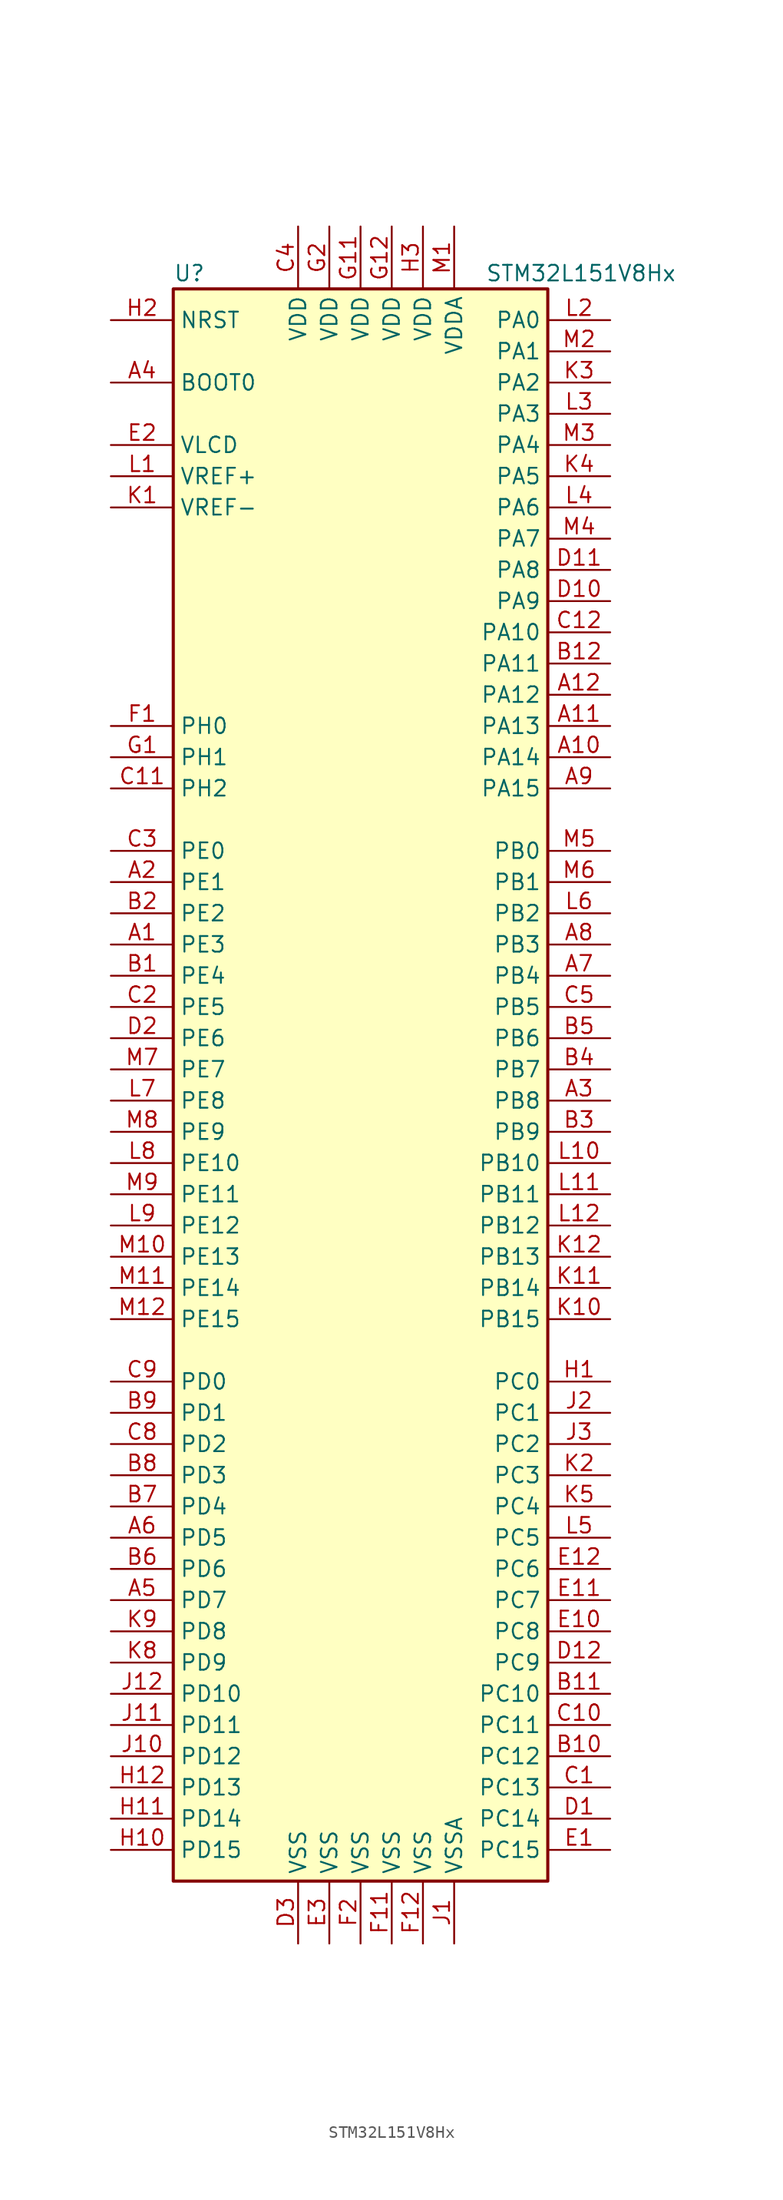
<source format=kicad_sym>
(kicad_symbol_lib
  (version 20201005)
  (generator kicad_symbol_editor)
  (symbol "STM32L151V8Hx"
    (property "Reference" "U"
      (at -15.24 64.77 0)
      (effects (font (size 1.27 1.27)) (justify left)))
    (property "Value" "STM32L151V8Hx"
      (at 10.16 64.77 0)
      (effects (font (size 1.27 1.27)) (justify left)))
    (symbol "STM32L151V8Hx_0_1"
      (rectangle (start -15.24 -66.04) (end 15.24 63.5) (stroke (width 0.254)) (fill (type background))))
    (symbol "STM32L151V8Hx_1_1"
      (pin input line (at -20.32 55.88 0) (length 5.08) (name "BOOT0" (effects (font (size 1.27 1.27)))) (number "A4" (effects (font (size 1.27 1.27)))))
      (pin input line (at -20.32 60.96 0) (length 5.08) (name "NRST" (effects (font (size 1.27 1.27)))) (number "H2" (effects (font (size 1.27 1.27)))))
      (pin bidirectional line (at 20.32 60.96 180) (length 5.08) (name "PA0" (effects (font (size 1.27 1.27)))) (number "L2" (effects (font (size 1.27 1.27)))))
      (pin bidirectional line (at 20.32 58.42 180) (length 5.08) (name "PA1" (effects (font (size 1.27 1.27)))) (number "M2" (effects (font (size 1.27 1.27)))))
      (pin bidirectional line (at 20.32 35.56 180) (length 5.08) (name "PA10" (effects (font (size 1.27 1.27)))) (number "C12" (effects (font (size 1.27 1.27)))))
      (pin bidirectional line (at 20.32 33.02 180) (length 5.08) (name "PA11" (effects (font (size 1.27 1.27)))) (number "B12" (effects (font (size 1.27 1.27)))))
      (pin bidirectional line (at 20.32 30.48 180) (length 5.08) (name "PA12" (effects (font (size 1.27 1.27)))) (number "A12" (effects (font (size 1.27 1.27)))))
      (pin bidirectional line (at 20.32 27.94 180) (length 5.08) (name "PA13" (effects (font (size 1.27 1.27)))) (number "A11" (effects (font (size 1.27 1.27)))))
      (pin bidirectional line (at 20.32 25.4 180) (length 5.08) (name "PA14" (effects (font (size 1.27 1.27)))) (number "A10" (effects (font (size 1.27 1.27)))))
      (pin bidirectional line (at 20.32 22.86 180) (length 5.08) (name "PA15" (effects (font (size 1.27 1.27)))) (number "A9" (effects (font (size 1.27 1.27)))))
      (pin bidirectional line (at 20.32 55.88 180) (length 5.08) (name "PA2" (effects (font (size 1.27 1.27)))) (number "K3" (effects (font (size 1.27 1.27)))))
      (pin bidirectional line (at 20.32 53.34 180) (length 5.08) (name "PA3" (effects (font (size 1.27 1.27)))) (number "L3" (effects (font (size 1.27 1.27)))))
      (pin bidirectional line (at 20.32 50.8 180) (length 5.08) (name "PA4" (effects (font (size 1.27 1.27)))) (number "M3" (effects (font (size 1.27 1.27)))))
      (pin bidirectional line (at 20.32 48.26 180) (length 5.08) (name "PA5" (effects (font (size 1.27 1.27)))) (number "K4" (effects (font (size 1.27 1.27)))))
      (pin bidirectional line (at 20.32 45.72 180) (length 5.08) (name "PA6" (effects (font (size 1.27 1.27)))) (number "L4" (effects (font (size 1.27 1.27)))))
      (pin bidirectional line (at 20.32 43.18 180) (length 5.08) (name "PA7" (effects (font (size 1.27 1.27)))) (number "M4" (effects (font (size 1.27 1.27)))))
      (pin bidirectional line (at 20.32 40.64 180) (length 5.08) (name "PA8" (effects (font (size 1.27 1.27)))) (number "D11" (effects (font (size 1.27 1.27)))))
      (pin bidirectional line (at 20.32 38.1 180) (length 5.08) (name "PA9" (effects (font (size 1.27 1.27)))) (number "D10" (effects (font (size 1.27 1.27)))))
      (pin bidirectional line (at 20.32 17.78 180) (length 5.08) (name "PB0" (effects (font (size 1.27 1.27)))) (number "M5" (effects (font (size 1.27 1.27)))))
      (pin bidirectional line (at 20.32 15.24 180) (length 5.08) (name "PB1" (effects (font (size 1.27 1.27)))) (number "M6" (effects (font (size 1.27 1.27)))))
      (pin bidirectional line (at 20.32 -7.62 180) (length 5.08) (name "PB10" (effects (font (size 1.27 1.27)))) (number "L10" (effects (font (size 1.27 1.27)))))
      (pin bidirectional line (at 20.32 -10.16 180) (length 5.08) (name "PB11" (effects (font (size 1.27 1.27)))) (number "L11" (effects (font (size 1.27 1.27)))))
      (pin bidirectional line (at 20.32 -12.7 180) (length 5.08) (name "PB12" (effects (font (size 1.27 1.27)))) (number "L12" (effects (font (size 1.27 1.27)))))
      (pin bidirectional line (at 20.32 -15.24 180) (length 5.08) (name "PB13" (effects (font (size 1.27 1.27)))) (number "K12" (effects (font (size 1.27 1.27)))))
      (pin bidirectional line (at 20.32 -17.78 180) (length 5.08) (name "PB14" (effects (font (size 1.27 1.27)))) (number "K11" (effects (font (size 1.27 1.27)))))
      (pin bidirectional line (at 20.32 -20.32 180) (length 5.08) (name "PB15" (effects (font (size 1.27 1.27)))) (number "K10" (effects (font (size 1.27 1.27)))))
      (pin bidirectional line (at 20.32 12.7 180) (length 5.08) (name "PB2" (effects (font (size 1.27 1.27)))) (number "L6" (effects (font (size 1.27 1.27)))))
      (pin bidirectional line (at 20.32 10.16 180) (length 5.08) (name "PB3" (effects (font (size 1.27 1.27)))) (number "A8" (effects (font (size 1.27 1.27)))))
      (pin bidirectional line (at 20.32 7.62 180) (length 5.08) (name "PB4" (effects (font (size 1.27 1.27)))) (number "A7" (effects (font (size 1.27 1.27)))))
      (pin bidirectional line (at 20.32 5.08 180) (length 5.08) (name "PB5" (effects (font (size 1.27 1.27)))) (number "C5" (effects (font (size 1.27 1.27)))))
      (pin bidirectional line (at 20.32 2.54 180) (length 5.08) (name "PB6" (effects (font (size 1.27 1.27)))) (number "B5" (effects (font (size 1.27 1.27)))))
      (pin bidirectional line (at 20.32 0 180) (length 5.08) (name "PB7" (effects (font (size 1.27 1.27)))) (number "B4" (effects (font (size 1.27 1.27)))))
      (pin bidirectional line (at 20.32 -2.54 180) (length 5.08) (name "PB8" (effects (font (size 1.27 1.27)))) (number "A3" (effects (font (size 1.27 1.27)))))
      (pin bidirectional line (at 20.32 -5.08 180) (length 5.08) (name "PB9" (effects (font (size 1.27 1.27)))) (number "B3" (effects (font (size 1.27 1.27)))))
      (pin bidirectional line (at 20.32 -25.4 180) (length 5.08) (name "PC0" (effects (font (size 1.27 1.27)))) (number "H1" (effects (font (size 1.27 1.27)))))
      (pin bidirectional line (at 20.32 -27.94 180) (length 5.08) (name "PC1" (effects (font (size 1.27 1.27)))) (number "J2" (effects (font (size 1.27 1.27)))))
      (pin bidirectional line (at 20.32 -50.8 180) (length 5.08) (name "PC10" (effects (font (size 1.27 1.27)))) (number "B11" (effects (font (size 1.27 1.27)))))
      (pin bidirectional line (at 20.32 -53.34 180) (length 5.08) (name "PC11" (effects (font (size 1.27 1.27)))) (number "C10" (effects (font (size 1.27 1.27)))))
      (pin bidirectional line (at 20.32 -55.88 180) (length 5.08) (name "PC12" (effects (font (size 1.27 1.27)))) (number "B10" (effects (font (size 1.27 1.27)))))
      (pin bidirectional line (at 20.32 -58.42 180) (length 5.08) (name "PC13" (effects (font (size 1.27 1.27)))) (number "C1" (effects (font (size 1.27 1.27)))))
      (pin bidirectional line (at 20.32 -60.96 180) (length 5.08) (name "PC14" (effects (font (size 1.27 1.27)))) (number "D1" (effects (font (size 1.27 1.27)))))
      (pin bidirectional line (at 20.32 -63.5 180) (length 5.08) (name "PC15" (effects (font (size 1.27 1.27)))) (number "E1" (effects (font (size 1.27 1.27)))))
      (pin bidirectional line (at 20.32 -30.48 180) (length 5.08) (name "PC2" (effects (font (size 1.27 1.27)))) (number "J3" (effects (font (size 1.27 1.27)))))
      (pin bidirectional line (at 20.32 -33.02 180) (length 5.08) (name "PC3" (effects (font (size 1.27 1.27)))) (number "K2" (effects (font (size 1.27 1.27)))))
      (pin bidirectional line (at 20.32 -35.56 180) (length 5.08) (name "PC4" (effects (font (size 1.27 1.27)))) (number "K5" (effects (font (size 1.27 1.27)))))
      (pin bidirectional line (at 20.32 -38.1 180) (length 5.08) (name "PC5" (effects (font (size 1.27 1.27)))) (number "L5" (effects (font (size 1.27 1.27)))))
      (pin bidirectional line (at 20.32 -40.64 180) (length 5.08) (name "PC6" (effects (font (size 1.27 1.27)))) (number "E12" (effects (font (size 1.27 1.27)))))
      (pin bidirectional line (at 20.32 -43.18 180) (length 5.08) (name "PC7" (effects (font (size 1.27 1.27)))) (number "E11" (effects (font (size 1.27 1.27)))))
      (pin bidirectional line (at 20.32 -45.72 180) (length 5.08) (name "PC8" (effects (font (size 1.27 1.27)))) (number "E10" (effects (font (size 1.27 1.27)))))
      (pin bidirectional line (at 20.32 -48.26 180) (length 5.08) (name "PC9" (effects (font (size 1.27 1.27)))) (number "D12" (effects (font (size 1.27 1.27)))))
      (pin bidirectional line (at -20.32 -25.4 0) (length 5.08) (name "PD0" (effects (font (size 1.27 1.27)))) (number "C9" (effects (font (size 1.27 1.27)))))
      (pin bidirectional line (at -20.32 -27.94 0) (length 5.08) (name "PD1" (effects (font (size 1.27 1.27)))) (number "B9" (effects (font (size 1.27 1.27)))))
      (pin bidirectional line (at -20.32 -50.8 0) (length 5.08) (name "PD10" (effects (font (size 1.27 1.27)))) (number "J12" (effects (font (size 1.27 1.27)))))
      (pin bidirectional line (at -20.32 -53.34 0) (length 5.08) (name "PD11" (effects (font (size 1.27 1.27)))) (number "J11" (effects (font (size 1.27 1.27)))))
      (pin bidirectional line (at -20.32 -55.88 0) (length 5.08) (name "PD12" (effects (font (size 1.27 1.27)))) (number "J10" (effects (font (size 1.27 1.27)))))
      (pin bidirectional line (at -20.32 -58.42 0) (length 5.08) (name "PD13" (effects (font (size 1.27 1.27)))) (number "H12" (effects (font (size 1.27 1.27)))))
      (pin bidirectional line (at -20.32 -60.96 0) (length 5.08) (name "PD14" (effects (font (size 1.27 1.27)))) (number "H11" (effects (font (size 1.27 1.27)))))
      (pin bidirectional line (at -20.32 -63.5 0) (length 5.08) (name "PD15" (effects (font (size 1.27 1.27)))) (number "H10" (effects (font (size 1.27 1.27)))))
      (pin bidirectional line (at -20.32 -30.48 0) (length 5.08) (name "PD2" (effects (font (size 1.27 1.27)))) (number "C8" (effects (font (size 1.27 1.27)))))
      (pin bidirectional line (at -20.32 -33.02 0) (length 5.08) (name "PD3" (effects (font (size 1.27 1.27)))) (number "B8" (effects (font (size 1.27 1.27)))))
      (pin bidirectional line (at -20.32 -35.56 0) (length 5.08) (name "PD4" (effects (font (size 1.27 1.27)))) (number "B7" (effects (font (size 1.27 1.27)))))
      (pin bidirectional line (at -20.32 -38.1 0) (length 5.08) (name "PD5" (effects (font (size 1.27 1.27)))) (number "A6" (effects (font (size 1.27 1.27)))))
      (pin bidirectional line (at -20.32 -40.64 0) (length 5.08) (name "PD6" (effects (font (size 1.27 1.27)))) (number "B6" (effects (font (size 1.27 1.27)))))
      (pin bidirectional line (at -20.32 -43.18 0) (length 5.08) (name "PD7" (effects (font (size 1.27 1.27)))) (number "A5" (effects (font (size 1.27 1.27)))))
      (pin bidirectional line (at -20.32 -45.72 0) (length 5.08) (name "PD8" (effects (font (size 1.27 1.27)))) (number "K9" (effects (font (size 1.27 1.27)))))
      (pin bidirectional line (at -20.32 -48.26 0) (length 5.08) (name "PD9" (effects (font (size 1.27 1.27)))) (number "K8" (effects (font (size 1.27 1.27)))))
      (pin bidirectional line (at -20.32 17.78 0) (length 5.08) (name "PE0" (effects (font (size 1.27 1.27)))) (number "C3" (effects (font (size 1.27 1.27)))))
      (pin bidirectional line (at -20.32 15.24 0) (length 5.08) (name "PE1" (effects (font (size 1.27 1.27)))) (number "A2" (effects (font (size 1.27 1.27)))))
      (pin bidirectional line (at -20.32 -7.62 0) (length 5.08) (name "PE10" (effects (font (size 1.27 1.27)))) (number "L8" (effects (font (size 1.27 1.27)))))
      (pin bidirectional line (at -20.32 -10.16 0) (length 5.08) (name "PE11" (effects (font (size 1.27 1.27)))) (number "M9" (effects (font (size 1.27 1.27)))))
      (pin bidirectional line (at -20.32 -12.7 0) (length 5.08) (name "PE12" (effects (font (size 1.27 1.27)))) (number "L9" (effects (font (size 1.27 1.27)))))
      (pin bidirectional line (at -20.32 -15.24 0) (length 5.08) (name "PE13" (effects (font (size 1.27 1.27)))) (number "M10" (effects (font (size 1.27 1.27)))))
      (pin bidirectional line (at -20.32 -17.78 0) (length 5.08) (name "PE14" (effects (font (size 1.27 1.27)))) (number "M11" (effects (font (size 1.27 1.27)))))
      (pin bidirectional line (at -20.32 -20.32 0) (length 5.08) (name "PE15" (effects (font (size 1.27 1.27)))) (number "M12" (effects (font (size 1.27 1.27)))))
      (pin bidirectional line (at -20.32 12.7 0) (length 5.08) (name "PE2" (effects (font (size 1.27 1.27)))) (number "B2" (effects (font (size 1.27 1.27)))))
      (pin bidirectional line (at -20.32 10.16 0) (length 5.08) (name "PE3" (effects (font (size 1.27 1.27)))) (number "A1" (effects (font (size 1.27 1.27)))))
      (pin bidirectional line (at -20.32 7.62 0) (length 5.08) (name "PE4" (effects (font (size 1.27 1.27)))) (number "B1" (effects (font (size 1.27 1.27)))))
      (pin bidirectional line (at -20.32 5.08 0) (length 5.08) (name "PE5" (effects (font (size 1.27 1.27)))) (number "C2" (effects (font (size 1.27 1.27)))))
      (pin bidirectional line (at -20.32 2.54 0) (length 5.08) (name "PE6" (effects (font (size 1.27 1.27)))) (number "D2" (effects (font (size 1.27 1.27)))))
      (pin bidirectional line (at -20.32 0 0) (length 5.08) (name "PE7" (effects (font (size 1.27 1.27)))) (number "M7" (effects (font (size 1.27 1.27)))))
      (pin bidirectional line (at -20.32 -2.54 0) (length 5.08) (name "PE8" (effects (font (size 1.27 1.27)))) (number "L7" (effects (font (size 1.27 1.27)))))
      (pin bidirectional line (at -20.32 -5.08 0) (length 5.08) (name "PE9" (effects (font (size 1.27 1.27)))) (number "M8" (effects (font (size 1.27 1.27)))))
      (pin input line (at -20.32 27.94 0) (length 5.08) (name "PH0" (effects (font (size 1.27 1.27)))) (number "F1" (effects (font (size 1.27 1.27)))))
      (pin input line (at -20.32 25.4 0) (length 5.08) (name "PH1" (effects (font (size 1.27 1.27)))) (number "G1" (effects (font (size 1.27 1.27)))))
      (pin bidirectional line (at -20.32 22.86 0) (length 5.08) (name "PH2" (effects (font (size 1.27 1.27)))) (number "C11" (effects (font (size 1.27 1.27)))))
      (pin power_in line (at -5.08 68.58 270) (length 5.08) (name "VDD" (effects (font (size 1.27 1.27)))) (number "C4" (effects (font (size 1.27 1.27)))))
      (pin power_in line (at 0 68.58 270) (length 5.08) (name "VDD" (effects (font (size 1.27 1.27)))) (number "G11" (effects (font (size 1.27 1.27)))))
      (pin power_in line (at 2.54 68.58 270) (length 5.08) (name "VDD" (effects (font (size 1.27 1.27)))) (number "G12" (effects (font (size 1.27 1.27)))))
      (pin power_in line (at -2.54 68.58 270) (length 5.08) (name "VDD" (effects (font (size 1.27 1.27)))) (number "G2" (effects (font (size 1.27 1.27)))))
      (pin power_in line (at 5.08 68.58 270) (length 5.08) (name "VDD" (effects (font (size 1.27 1.27)))) (number "H3" (effects (font (size 1.27 1.27)))))
      (pin power_in line (at 7.62 68.58 270) (length 5.08) (name "VDDA" (effects (font (size 1.27 1.27)))) (number "M1" (effects (font (size 1.27 1.27)))))
      (pin power_in line (at -20.32 50.8 0) (length 5.08) (name "VLCD" (effects (font (size 1.27 1.27)))) (number "E2" (effects (font (size 1.27 1.27)))))
      (pin power_in line (at -20.32 48.26 0) (length 5.08) (name "VREF+" (effects (font (size 1.27 1.27)))) (number "L1" (effects (font (size 1.27 1.27)))))
      (pin power_in line (at -20.32 45.72 0) (length 5.08) (name "VREF-" (effects (font (size 1.27 1.27)))) (number "K1" (effects (font (size 1.27 1.27)))))
      (pin power_in line (at -5.08 -71.12 90) (length 5.08) (name "VSS" (effects (font (size 1.27 1.27)))) (number "D3" (effects (font (size 1.27 1.27)))))
      (pin power_in line (at -2.54 -71.12 90) (length 5.08) (name "VSS" (effects (font (size 1.27 1.27)))) (number "E3" (effects (font (size 1.27 1.27)))))
      (pin power_in line (at 2.54 -71.12 90) (length 5.08) (name "VSS" (effects (font (size 1.27 1.27)))) (number "F11" (effects (font (size 1.27 1.27)))))
      (pin power_in line (at 5.08 -71.12 90) (length 5.08) (name "VSS" (effects (font (size 1.27 1.27)))) (number "F12" (effects (font (size 1.27 1.27)))))
      (pin power_in line (at 0 -71.12 90) (length 5.08) (name "VSS" (effects (font (size 1.27 1.27)))) (number "F2" (effects (font (size 1.27 1.27)))))
      (pin power_in line (at 7.62 -71.12 90) (length 5.08) (name "VSSA" (effects (font (size 1.27 1.27)))) (number "J1" (effects (font (size 1.27 1.27))))))))
</source>
